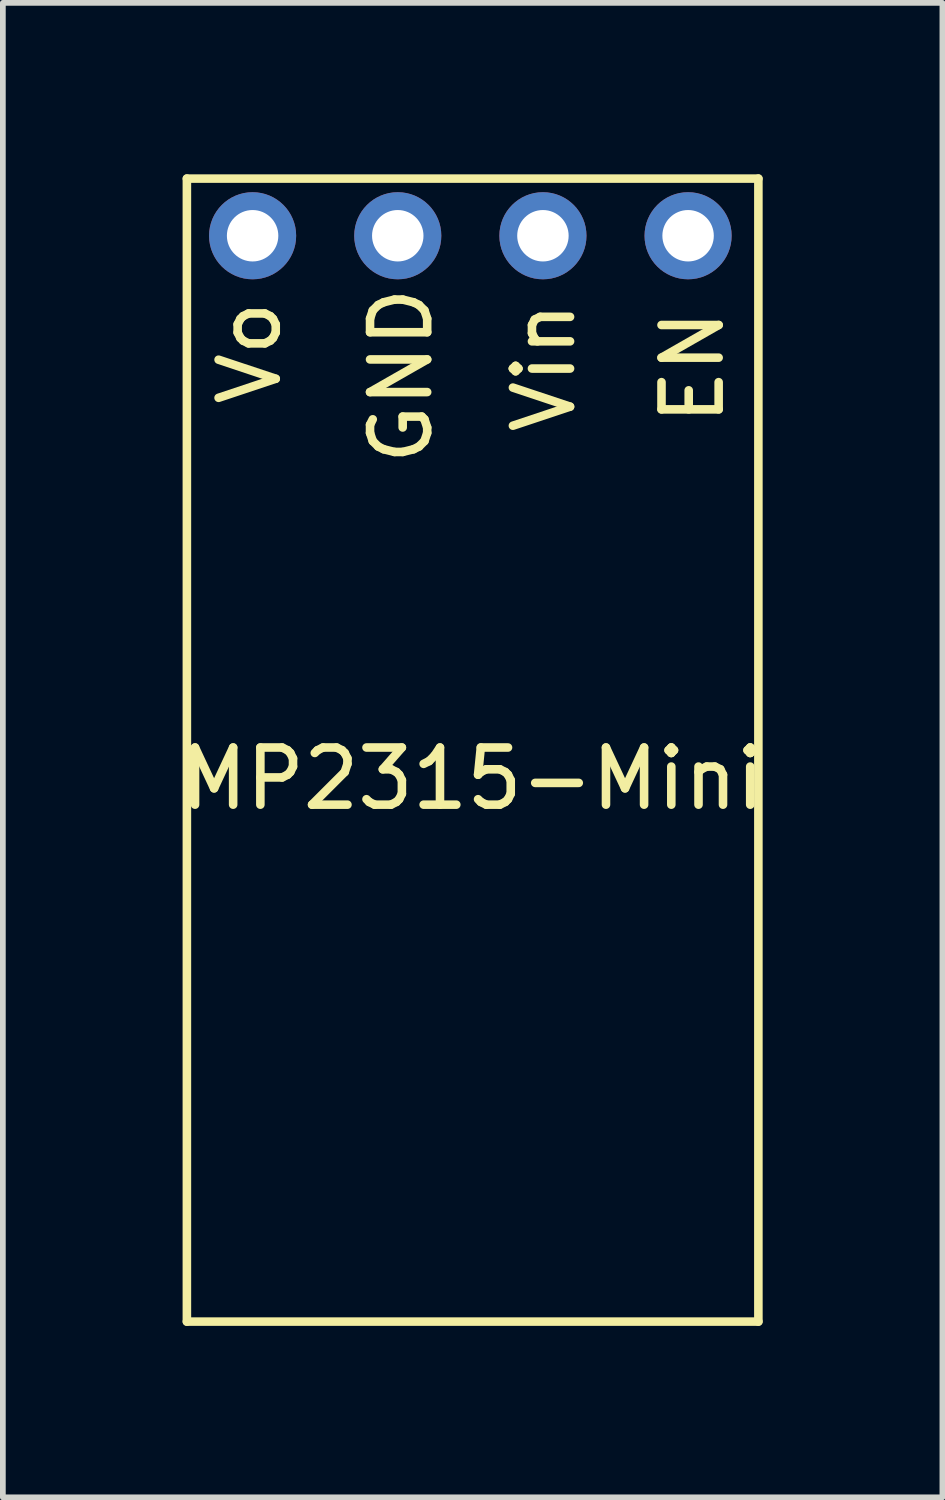
<source format=kicad_pcb>
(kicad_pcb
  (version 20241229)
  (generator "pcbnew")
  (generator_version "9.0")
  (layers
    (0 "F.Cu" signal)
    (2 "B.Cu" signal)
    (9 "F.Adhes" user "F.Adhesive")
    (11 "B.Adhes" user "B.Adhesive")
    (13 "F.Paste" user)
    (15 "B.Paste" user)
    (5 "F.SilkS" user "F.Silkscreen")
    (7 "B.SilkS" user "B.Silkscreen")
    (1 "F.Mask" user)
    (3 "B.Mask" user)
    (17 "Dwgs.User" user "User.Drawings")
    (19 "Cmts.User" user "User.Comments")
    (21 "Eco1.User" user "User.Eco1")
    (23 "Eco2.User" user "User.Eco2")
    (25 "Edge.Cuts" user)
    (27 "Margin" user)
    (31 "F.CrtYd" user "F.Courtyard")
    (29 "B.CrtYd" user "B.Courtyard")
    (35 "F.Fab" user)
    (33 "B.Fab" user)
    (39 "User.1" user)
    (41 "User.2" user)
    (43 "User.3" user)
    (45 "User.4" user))
  (footprint "MP2315-Mini"
    (layer "F.Cu")
    (at 5.22 10.075)
    (property "Reference" "MP2315-Mini" (at 0 0.5 0) (layer "F.SilkS") (effects (font (size 1 1) (thickness 0.15))))
    (attr through_hole)
    (fp_line (start -5 -10) (end 5 -10) (stroke (width 0.15) (type solid)) (layer "F.SilkS"))
    (fp_line (start -5 10) (end -5 -10) (stroke (width 0.15) (type solid)) (layer "F.SilkS"))
    (fp_line (start 5 -10) (end 5 10) (stroke (width 0.15) (type solid)) (layer "F.SilkS"))
    (fp_line (start 5 10) (end -5 10) (stroke (width 0.15) (type solid)) (layer "F.SilkS"))
    (fp_text user "Vo" (at -3.9 -6.95 90) (layer "F.SilkS") (effects (font (size 1 1) (thickness 0.15))))
    (fp_text user "Vin" (at 1.25 -6.7 90) (layer "F.SilkS") (effects (font (size 1 1) (thickness 0.15))))
    (fp_text user "EN" (at 3.85 -6.7 90) (layer "F.SilkS") (effects (font (size 1 1) (thickness 0.15))))
    (fp_text user "GND" (at -1.25 -6.55 90) (layer "F.SilkS") (effects (font (size 1 1) (thickness 0.15))))
    (pad "1" thru_hole circle (at -3.85 -9) (size 1.524 1.524) (drill 0.9) (layers "*.Cu" "*.Mask"))
    (pad "2" thru_hole circle (at -1.31 -9) (size 1.524 1.524) (drill 0.9) (layers "*.Cu" "*.Mask"))
    (pad "3" thru_hole circle (at 1.23 -9) (size 1.524 1.524) (drill 0.9) (layers "*.Cu" "*.Mask"))
    (pad "4" thru_hole circle (at 3.77 -9) (size 1.524 1.524) (drill 0.9) (layers "*.Cu" "*.Mask")))
  (gr_rect
    (start -3 -3)
    (end 13.44 23.15)
    (stroke (width 0.1) (type default))
    (fill no)
    (layer "Edge.Cuts")))
</source>
